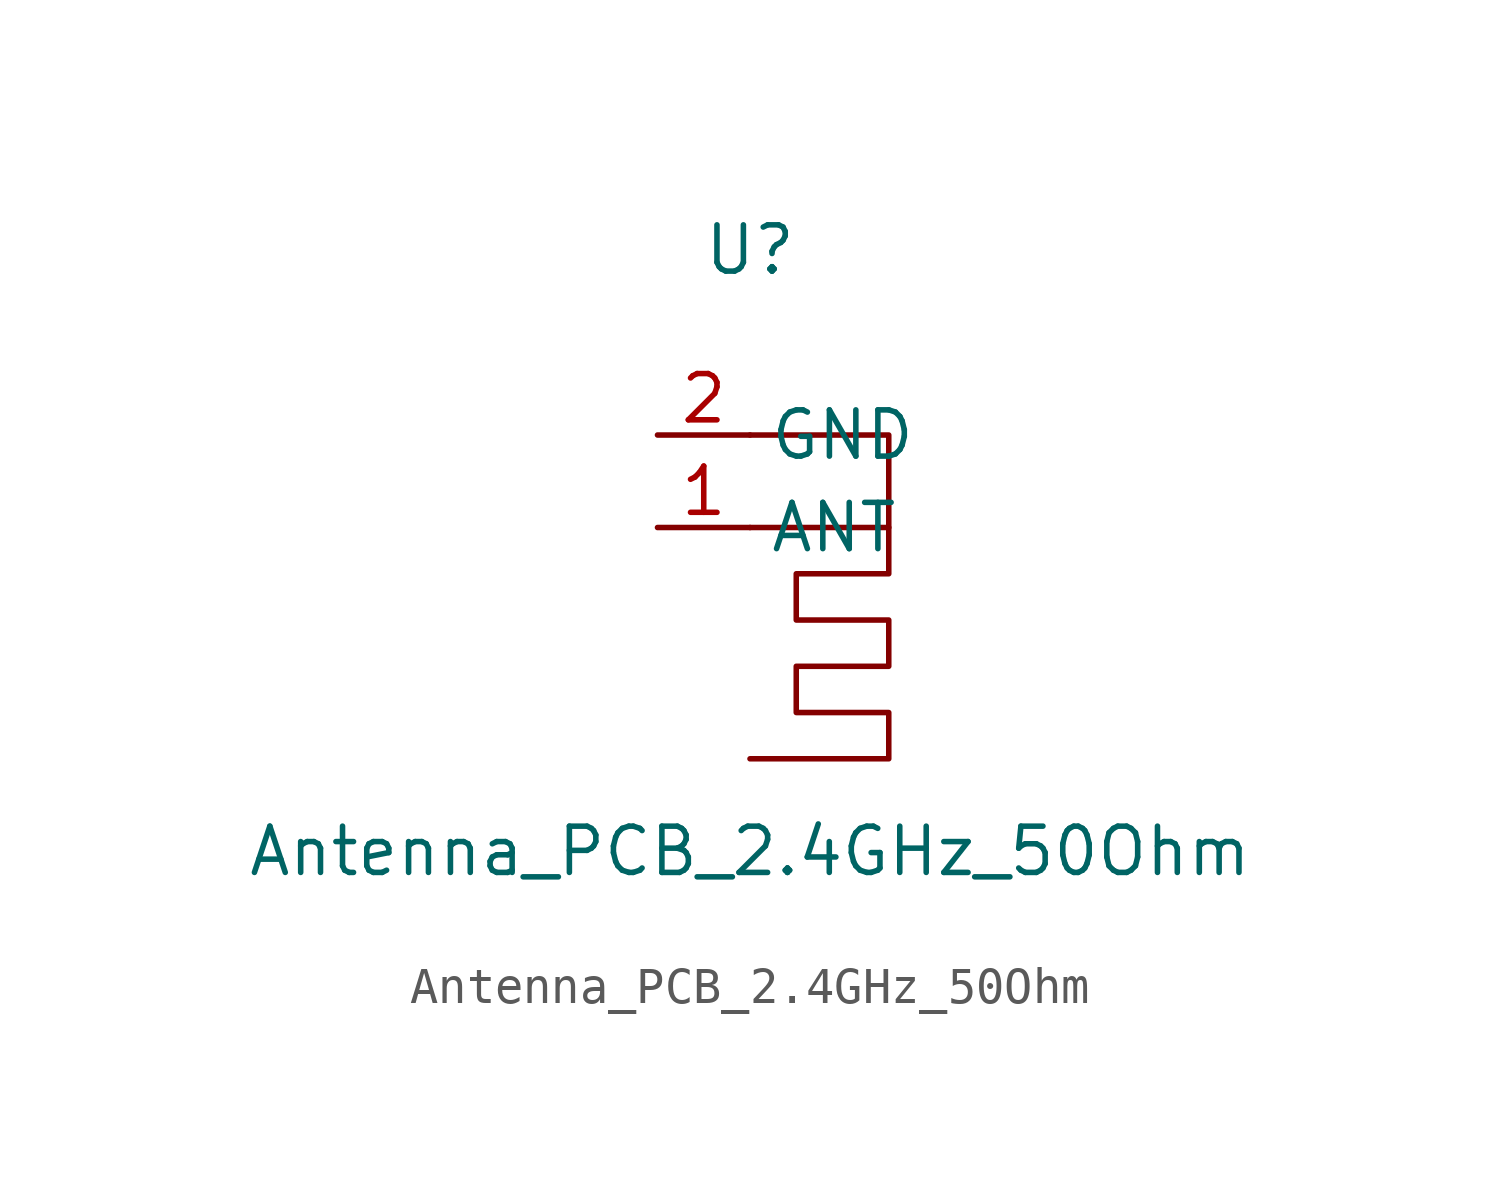
<source format=kicad_sym>
(kicad_symbol_lib
  (version 20211014)
  (generator kicad_symbol_editor)
  (symbol "Antenna_PCB_2.4GHz_50Ohm"
    (property "Reference" "U"
      (at 0 7.62 0)
      (effects (font (size 1.27 1.27))))
    (property "Value" "Antenna_PCB_2.4GHz_50Ohm"
      (at 0 -8.89 0)
      (effects (font (size 1.27 1.27))))
    (symbol "Antenna_PCB_2.4GHz_50Ohm_0_1"
      (polyline (pts (xy 0 0) (xy 3.81 0) (xy 3.81 2.54) (xy 0 2.54)) (stroke (width 0.152) (type default) (color 0 0 0 0)) (fill (type none)))
      (polyline (pts (xy 3.81 0) (xy 3.81 -1.27) (xy 1.27 -1.27) (xy 1.27 -2.54) (xy 3.81 -2.54) (xy 3.81 -3.81) (xy 1.27 -3.81) (xy 1.27 -5.08) (xy 3.81 -5.08) (xy 3.81 -6.35) (xy 0 -6.35)) (stroke (width 0.152) (type default) (color 0 0 0 0)) (fill (type none))))
    (symbol "Antenna_PCB_2.4GHz_50Ohm_1_1"
      (pin bidirectional line (at -2.54 0 0) (length 2.54) (name "ANT" (effects (font (size 1.27 1.27)))) (number "1" (effects (font (size 1.27 1.27)))))
      (pin bidirectional line (at -2.54 2.54 0) (length 2.54) (name "GND" (effects (font (size 1.27 1.27)))) (number "2" (effects (font (size 1.27 1.27))))))))
</source>
